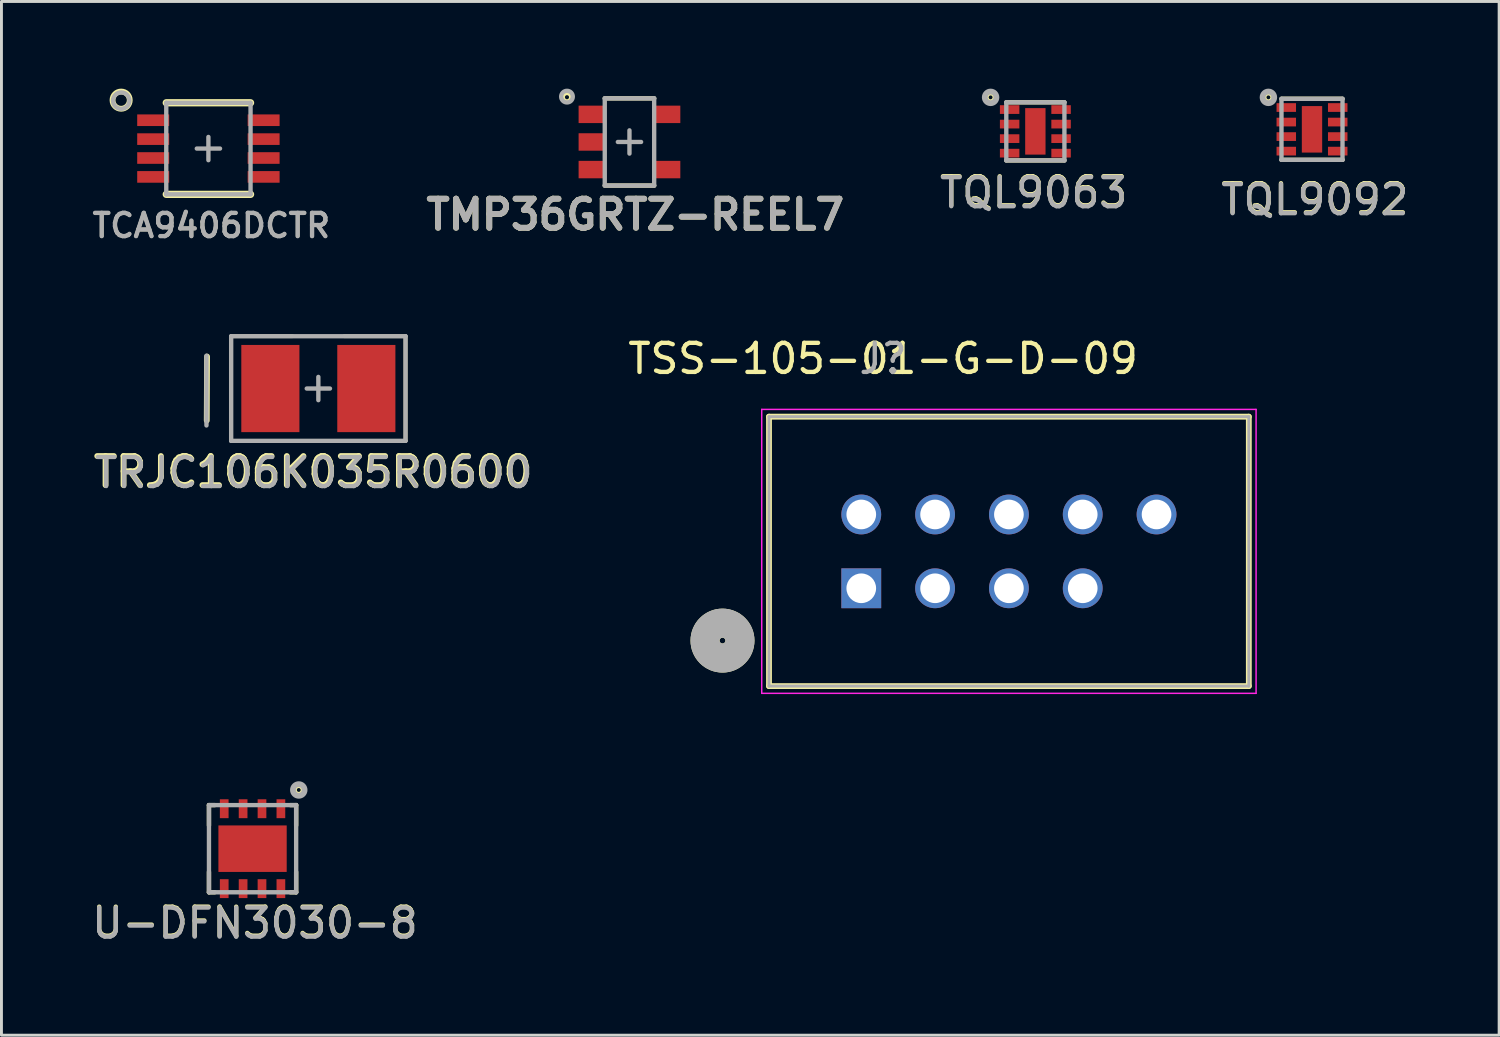
<source format=kicad_pcb>
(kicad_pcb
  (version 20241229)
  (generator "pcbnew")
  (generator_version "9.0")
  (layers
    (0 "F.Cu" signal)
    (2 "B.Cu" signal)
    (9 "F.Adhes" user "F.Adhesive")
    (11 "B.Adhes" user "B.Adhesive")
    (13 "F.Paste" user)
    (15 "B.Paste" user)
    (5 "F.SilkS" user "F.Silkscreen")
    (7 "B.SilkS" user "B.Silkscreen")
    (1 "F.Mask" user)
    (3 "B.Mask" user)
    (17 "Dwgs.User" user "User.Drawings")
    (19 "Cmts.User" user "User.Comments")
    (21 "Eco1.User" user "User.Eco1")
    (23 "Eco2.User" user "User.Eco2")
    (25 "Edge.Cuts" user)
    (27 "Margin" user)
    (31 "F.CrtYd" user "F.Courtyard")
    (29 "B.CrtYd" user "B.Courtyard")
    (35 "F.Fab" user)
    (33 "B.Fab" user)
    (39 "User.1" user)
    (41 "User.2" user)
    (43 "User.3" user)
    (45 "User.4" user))
  (footprint "TQL9092"
    (layer "F.Cu")
    (at 42.094 1.4)
    (property "Reference" "TQL9092" (at 0.1 2.4 0) (layer "F.SilkS") (effects (font (size 1 1) (thickness 0.15))))
    (attr smd)
    (fp_line (start -1.05 -1.05) (end 1.05 -1.05) (stroke (width 0.15) (type solid)) (layer "F.SilkS"))
    (fp_line (start -1.05 1.05) (end 1.05 1.05) (stroke (width 0.15) (type solid)) (layer "F.SilkS"))
    (fp_circle (center -1.5 -1.1) (end -1.6 -1.2) (stroke (width 0.15) (type solid)) (fill no) (layer "F.SilkS"))
    (fp_line (start -1.05 -1.05) (end -1.05 1.05) (stroke (width 0.15) (type solid)) (layer "F.Fab"))
    (fp_line (start -1.05 -1.05) (end 1.05 -1.05) (stroke (width 0.15) (type solid)) (layer "F.Fab"))
    (fp_line (start -1.05 1.05) (end 1.05 1.05) (stroke (width 0.15) (type solid)) (layer "F.Fab"))
    (fp_line (start 1.05 -1.05) (end 1.05 1.05) (stroke (width 0.15) (type solid)) (layer "F.Fab"))
    (fp_circle (center -1.5 -1.1) (end -1.5 -1.3) (stroke (width 0.2) (type solid)) (fill no) (layer "F.Fab"))
    (fp_text user "${REFERENCE}" (at 0.1 2.43 0) (layer "F.Fab") (effects (font (size 1 1) (thickness 0.15))))
    (pad "1" smd rect (at -0.885 -0.75) (size 0.67 0.3) (layers "F.Cu" "F.Mask" "F.Paste"))
    (pad "2" smd rect (at -0.885 -0.25) (size 0.67 0.3) (layers "F.Cu" "F.Mask" "F.Paste"))
    (pad "3" smd rect (at -0.885 0.25) (size 0.67 0.3) (layers "F.Cu" "F.Mask" "F.Paste"))
    (pad "4" smd rect (at -0.885 0.75) (size 0.67 0.3) (layers "F.Cu" "F.Mask" "F.Paste"))
    (pad "5" smd rect (at 0.885 0.75) (size 0.67 0.3) (layers "F.Cu" "F.Mask" "F.Paste"))
    (pad "6" smd rect (at 0.885 0.25) (size 0.67 0.3) (layers "F.Cu" "F.Mask" "F.Paste"))
    (pad "7" smd rect (at 0.885 -0.25) (size 0.67 0.3) (layers "F.Cu" "F.Mask" "F.Paste"))
    (pad "8" smd rect (at 0.885 -0.75) (size 0.67 0.3) (layers "F.Cu" "F.Mask" "F.Paste"))
    (pad "GND" smd rect (at 0 0) (size 0.7 1.6) (layers "F.Cu" "F.Mask" "F.Paste")))
  (footprint "TCA9406DCTR"
    (layer "F.Cu")
    (at 4.121 2.062)
    (property "Reference" "TCA9406DCTR" (at 0.1 2.65 0) (layer "F.SilkS") (effects (font (size 0.8 0.8) (thickness 0.125))))
    (attr smd)
    (fp_line (start -1.45 -1.575) (end 1.45 -1.575) (stroke (width 0.25) (type solid)) (layer "F.SilkS"))
    (fp_line (start -1.45 1.575) (end 1.45 1.575) (stroke (width 0.25) (type solid)) (layer "F.SilkS"))
    (fp_circle (center -3.003 -1.666) (end -2.8 -1.45) (stroke (width 0.2) (type solid)) (fill no) (layer "F.SilkS"))
    (fp_line (start -1.45 -1.575) (end 1.45 -1.575) (stroke (width 0.15) (type solid)) (layer "F.Fab"))
    (fp_line (start -1.45 1.575) (end -1.45 -1.575) (stroke (width 0.15) (type solid)) (layer "F.Fab"))
    (fp_line (start -1.45 1.575) (end 1.45 1.575) (stroke (width 0.15) (type solid)) (layer "F.Fab"))
    (fp_line (start -0.4 0) (end 0.4 0) (stroke (width 0.15) (type solid)) (layer "F.Fab"))
    (fp_line (start 0 -0.4) (end 0 0.4) (stroke (width 0.15) (type solid)) (layer "F.Fab"))
    (fp_line (start 1.45 -1.575) (end 1.45 1.575) (stroke (width 0.15) (type solid)) (layer "F.Fab"))
    (fp_circle (center -3 -1.65) (end -2.8 -1.45) (stroke (width 0.15) (type solid)) (fill no) (layer "F.Fab"))
    (fp_text user "${REFERENCE}" (at 0.1 2.65 0) (layer "F.Fab") (effects (font (size 0.8 0.8) (thickness 0.15))))
    (pad "1" smd rect (at -1.9 -0.975) (size 1.1 0.4) (layers "F.Cu" "F.Mask" "F.Paste"))
    (pad "2" smd rect (at -1.9 -0.325) (size 1.1 0.4) (layers "F.Cu" "F.Mask" "F.Paste"))
    (pad "3" smd rect (at -1.9 0.325) (size 1.1 0.4) (layers "F.Cu" "F.Mask" "F.Paste"))
    (pad "4" smd rect (at -1.9 0.975) (size 1.1 0.4) (layers "F.Cu" "F.Mask" "F.Paste"))
    (pad "5" smd rect (at 1.9 0.975) (size 1.1 0.4) (layers "F.Cu" "F.Mask" "F.Paste"))
    (pad "6" smd rect (at 1.9 0.325) (size 1.1 0.4) (layers "F.Cu" "F.Mask" "F.Paste"))
    (pad "7" smd rect (at 1.9 -0.325) (size 1.1 0.4) (layers "F.Cu" "F.Mask" "F.Paste"))
    (pad "8" smd rect (at 1.9 -0.975) (size 1.1 0.4) (layers "F.Cu" "F.Mask" "F.Paste")))
  (footprint "TQL9063"
    (layer "F.Cu")
    (at 32.575 1.47)
    (property "Reference" "TQL9063" (at -0.06 2.09 0) (layer "F.SilkS") (effects (font (size 1 1) (thickness 0.15))))
    (attr smd)
    (fp_line (start -1 -1) (end 1 -1) (stroke (width 0.15) (type solid)) (layer "F.SilkS"))
    (fp_line (start -1 1) (end 1 1) (stroke (width 0.15) (type solid)) (layer "F.SilkS"))
    (fp_circle (center -1.54 -1.17) (end -1.64 -1.27) (stroke (width 0.15) (type solid)) (fill no) (layer "F.SilkS"))
    (fp_line (start -1 -1) (end -1 1) (stroke (width 0.15) (type solid)) (layer "F.Fab"))
    (fp_line (start -1 -1) (end 1 -1) (stroke (width 0.15) (type solid)) (layer "F.Fab"))
    (fp_line (start -1 1) (end 1 1) (stroke (width 0.15) (type solid)) (layer "F.Fab"))
    (fp_line (start 1 -1) (end 1 1) (stroke (width 0.15) (type solid)) (layer "F.Fab"))
    (fp_circle (center -1.54 -1.17) (end -1.54 -1.37) (stroke (width 0.2) (type solid)) (fill no) (layer "F.Fab"))
    (fp_text user "${REFERENCE}" (at -0.06 2.12 0) (layer "F.Fab") (effects (font (size 1 1) (thickness 0.15))))
    (pad "1" smd rect (at -0.885 -0.75) (size 0.67 0.3) (layers "F.Cu" "F.Mask" "F.Paste"))
    (pad "2" smd rect (at -0.885 -0.25) (size 0.67 0.3) (layers "F.Cu" "F.Mask" "F.Paste"))
    (pad "3" smd rect (at -0.885 0.25) (size 0.67 0.3) (layers "F.Cu" "F.Mask" "F.Paste"))
    (pad "4" smd rect (at -0.885 0.75) (size 0.67 0.3) (layers "F.Cu" "F.Mask" "F.Paste"))
    (pad "5" smd rect (at 0.885 0.75) (size 0.67 0.3) (layers "F.Cu" "F.Mask" "F.Paste"))
    (pad "6" smd rect (at 0.885 0.25) (size 0.67 0.3) (layers "F.Cu" "F.Mask" "F.Paste"))
    (pad "7" smd rect (at 0.885 -0.25) (size 0.67 0.3) (layers "F.Cu" "F.Mask" "F.Paste"))
    (pad "8" smd rect (at 0.885 -0.75) (size 0.67 0.3) (layers "F.Cu" "F.Mask" "F.Paste"))
    (pad "9" smd rect (at 0 0) (size 0.7 1.6) (layers "F.Cu" "F.Mask" "F.Paste")))
  (footprint "TMP36GRTZ-REEL7"
    (layer "F.Cu")
    (at 18.609 1.835)
    (property "Reference" "TMP36GRTZ-REEL7" (at 0.2 2.5 0) (layer "F.SilkS") (effects (font (size 1 1) (thickness 0.2))))
    (attr through_hole)
    (fp_line (start -0.85 -1.5) (end 0.85 -1.5) (stroke (width 0.15) (type solid)) (layer "F.SilkS"))
    (fp_line (start -0.85 1.5) (end 0.85 1.5) (stroke (width 0.15) (type solid)) (layer "F.SilkS"))
    (fp_circle (center -2.15 -1.54) (end -2.043 -1.44) (stroke (width 0.152) (type solid)) (fill no) (layer "F.SilkS"))
    (fp_line (start -0.85 -1.5) (end -0.85 1.5) (stroke (width 0.15) (type solid)) (layer "F.Fab"))
    (fp_line (start -0.85 -1.5) (end 0.85 -1.5) (stroke (width 0.15) (type solid)) (layer "F.Fab"))
    (fp_line (start -0.85 1.5) (end 0.85 1.5) (stroke (width 0.15) (type solid)) (layer "F.Fab"))
    (fp_line (start -0.4 0) (end 0.4 0) (stroke (width 0.15) (type solid)) (layer "F.Fab"))
    (fp_line (start 0 -0.4) (end 0 0.4) (stroke (width 0.15) (type solid)) (layer "F.Fab"))
    (fp_line (start 0.85 -1.5) (end 0.85 1.5) (stroke (width 0.15) (type solid)) (layer "F.Fab"))
    (fp_circle (center -2.15 -1.56) (end -1.95 -1.56) (stroke (width 0.15) (type solid)) (fill no) (layer "F.Fab"))
    (fp_text user "${REFERENCE}" (at 0.2 2.5 0) (layer "F.Fab") (effects (font (size 1 1) (thickness 0.2))))
    (pad "1" smd rect (at -1.3 -0.95) (size 0.9 0.6) (layers "F.Cu" "F.Mask" "F.Paste"))
    (pad "2" smd rect (at -1.3 0) (size 0.9 0.6) (layers "F.Cu" "F.Mask" "F.Paste"))
    (pad "3" smd rect (at -1.3 0.95) (size 0.9 0.6) (layers "F.Cu" "F.Mask" "F.Paste"))
    (pad "4" smd rect (at 1.3 0.95) (size 0.9 0.6) (layers "F.Cu" "F.Mask" "F.Paste"))
    (pad "5" smd rect (at 1.3 -0.95) (size 0.9 0.6) (layers "F.Cu" "F.Mask" "F.Paste")))
  (footprint "TRJC106K035R0600"
    (layer "F.Cu")
    (at 7.904 10.319)
    (property "Reference" "TRJC106K035R0600" (at -0.18 2.87 0) (layer "F.SilkS") (effects (font (size 1 1) (thickness 0.2))))
    (attr smd)
    (fp_line (start -3.84 1.1) (end -3.83 -1.1) (stroke (width 0.2) (type solid)) (layer "F.SilkS"))
    (fp_line (start -3 -1.8) (end -3 1.8) (stroke (width 0.127) (type solid)) (layer "F.SilkS"))
    (fp_line (start -3 1.8) (end -0.889 1.8) (stroke (width 0.127) (type solid)) (layer "F.SilkS"))
    (fp_line (start -0.889 -1.8) (end -3 -1.8) (stroke (width 0.127) (type solid)) (layer "F.SilkS"))
    (fp_line (start 0.889 -1.8) (end 3 -1.8) (stroke (width 0.127) (type solid)) (layer "F.SilkS"))
    (fp_line (start 3 -1.8) (end 3 1.8) (stroke (width 0.127) (type solid)) (layer "F.SilkS"))
    (fp_line (start 3 1.8) (end 0.889 1.8) (stroke (width 0.127) (type solid)) (layer "F.SilkS"))
    (fp_line (start -3.85 -1.13) (end -3.85 1.27) (stroke (width 0.15) (type solid)) (layer "F.Fab"))
    (fp_line (start -3 -1.8) (end 3 -1.8) (stroke (width 0.15) (type solid)) (layer "F.Fab"))
    (fp_line (start -3 1.8) (end -3 -1.8) (stroke (width 0.15) (type solid)) (layer "F.Fab"))
    (fp_line (start -0.4 0) (end 0.4 0) (stroke (width 0.15) (type solid)) (layer "F.Fab"))
    (fp_line (start 0 -0.4) (end 0 0.4) (stroke (width 0.15) (type solid)) (layer "F.Fab"))
    (fp_line (start 3 -1.8) (end 3 1.8) (stroke (width 0.15) (type solid)) (layer "F.Fab"))
    (fp_line (start 3 1.8) (end -3 1.8) (stroke (width 0.15) (type solid)) (layer "F.Fab"))
    (fp_text user "${REFERENCE}" (at -0.16 2.9 0) (layer "F.Fab") (effects (font (size 1 1) (thickness 0.15))))
    (pad "1" smd rect (at -1.651 0) (size 2 3) (layers "F.Cu" "F.Mask" "F.Paste"))
    (pad "2" smd rect (at 1.651 0) (size 2 3) (layers "F.Cu" "F.Mask" "F.Paste")))
  (footprint "TSS-105-01-G-D-09"
    (layer "F.Cu")
    (at 26.585 17.192)
    (property "Reference" "TSS-105-01-G-D-09" (at 0.75 -7.9 0) (layer "F.SilkS") (effects (font (size 1 1) (thickness 0.15))))
    (attr through_hole)
    (fp_line (start -3.175 3.365) (end -3.175 -5.905) (stroke (width 0.2) (type solid)) (layer "F.SilkS"))
    (fp_line (start 13.335 -5.905) (end -3.175 -5.905) (stroke (width 0.2) (type solid)) (layer "F.SilkS"))
    (fp_line (start 13.335 -5.905) (end 13.335 3.365) (stroke (width 0.2) (type solid)) (layer "F.SilkS"))
    (fp_line (start 13.335 3.365) (end -3.175 3.365) (stroke (width 0.2) (type solid)) (layer "F.SilkS"))
    (fp_circle (center -4.775 1.8) (end -4.675 1.8) (stroke (width 1) (type solid)) (fill no) (layer "F.SilkS"))
    (fp_line (start -3.425 -6.155) (end 13.585 -6.155) (stroke (width 0.05) (type solid)) (layer "F.CrtYd"))
    (fp_line (start -3.425 3.615) (end -3.425 -6.155) (stroke (width 0.05) (type solid)) (layer "F.CrtYd"))
    (fp_line (start 13.585 -6.155) (end 13.585 3.615) (stroke (width 0.05) (type solid)) (layer "F.CrtYd"))
    (fp_line (start 13.585 3.615) (end -3.425 3.615) (stroke (width 0.05) (type solid)) (layer "F.CrtYd"))
    (fp_line (start -3.175 -5.905) (end 13.335 -5.905) (stroke (width 0.1) (type solid)) (layer "F.Fab"))
    (fp_line (start -3.175 3.365) (end -3.175 -5.905) (stroke (width 0.1) (type solid)) (layer "F.Fab"))
    (fp_line (start 13.335 -5.905) (end 13.335 3.365) (stroke (width 0.1) (type solid)) (layer "F.Fab"))
    (fp_line (start 13.335 3.365) (end -3.175 3.365) (stroke (width 0.1) (type solid)) (layer "F.Fab"))
    (fp_circle (center -4.775 1.8) (end -4.675 1.8) (stroke (width 1) (type solid)) (fill no) (layer "F.Fab"))
    (fp_text user "J?" (at 0.75 -7.9 0) (layer "F.Fab") (effects (font (size 1 1) (thickness 0.15))))
    (pad "1" thru_hole rect (at 0 0) (size 1.37 1.37) (drill 1.02) (layers "*.Cu" "*.Mask"))
    (pad "2" thru_hole circle (at 0 -2.54) (size 1.37 1.37) (drill 1.02) (layers "*.Cu" "*.Mask"))
    (pad "3" thru_hole circle (at 2.54 0) (size 1.37 1.37) (drill 1.02) (layers "*.Cu" "*.Mask"))
    (pad "4" thru_hole circle (at 2.54 -2.54) (size 1.37 1.37) (drill 1.02) (layers "*.Cu" "*.Mask"))
    (pad "5" thru_hole circle (at 5.08 0) (size 1.37 1.37) (drill 1.02) (layers "*.Cu" "*.Mask"))
    (pad "6" thru_hole circle (at 5.08 -2.54) (size 1.37 1.37) (drill 1.02) (layers "*.Cu" "*.Mask"))
    (pad "7" thru_hole circle (at 7.62 0) (size 1.37 1.37) (drill 1.02) (layers "*.Cu" "*.Mask"))
    (pad "8" thru_hole circle (at 7.62 -2.54) (size 1.37 1.37) (drill 1.02) (layers "*.Cu" "*.Mask"))
    (pad "10" thru_hole circle (at 10.16 -2.54) (size 1.37 1.37) (drill 1.02) (layers "*.Cu" "*.Mask")))
  (footprint "U-DFN3030-8"
    (layer "F.Cu")
    (at 5.64 26.152)
    (property "Reference" "U-DFN3030-8" (at 0.08 2.54 0) (layer "F.SilkS") (effects (font (size 1 1) (thickness 0.15))))
    (attr smd)
    (fp_line (start -1.5 -1.5) (end -1.3 -1.5) (stroke (width 0.15) (type solid)) (layer "F.SilkS"))
    (fp_line (start -1.5 -0.8) (end -1.5 -1.5) (stroke (width 0.15) (type solid)) (layer "F.SilkS"))
    (fp_line (start -1.5 1.5) (end -1.5 0.8) (stroke (width 0.15) (type solid)) (layer "F.SilkS"))
    (fp_line (start -1.5 1.5) (end -1.3 1.5) (stroke (width 0.15) (type solid)) (layer "F.SilkS"))
    (fp_line (start 1.3 -1.5) (end 1.5 -1.5) (stroke (width 0.15) (type solid)) (layer "F.SilkS"))
    (fp_line (start 1.3 1.5) (end 1.5 1.5) (stroke (width 0.15) (type solid)) (layer "F.SilkS"))
    (fp_line (start 1.5 -0.8) (end 1.5 -1.5) (stroke (width 0.15) (type solid)) (layer "F.SilkS"))
    (fp_line (start 1.5 1.5) (end 1.5 0.8) (stroke (width 0.15) (type solid)) (layer "F.SilkS"))
    (fp_circle (center 1.59 -2.02) (end 1.49 -2.12) (stroke (width 0.15) (type solid)) (fill no) (layer "F.SilkS"))
    (fp_line (start -1.5 -1.5) (end 1.5 -1.5) (stroke (width 0.15) (type solid)) (layer "F.Fab"))
    (fp_line (start -1.5 1.5) (end -1.5 -1.5) (stroke (width 0.15) (type solid)) (layer "F.Fab"))
    (fp_line (start -1.5 1.5) (end 1.5 1.5) (stroke (width 0.15) (type solid)) (layer "F.Fab"))
    (fp_line (start 1.5 1.5) (end 1.5 -1.5) (stroke (width 0.15) (type solid)) (layer "F.Fab"))
    (fp_circle (center 1.59 -2.02) (end 1.59 -2.22) (stroke (width 0.2) (type solid)) (fill no) (layer "F.Fab"))
    (fp_text user "${REFERENCE}" (at 0.08 2.57 0) (layer "F.Fab") (effects (font (size 1 1) (thickness 0.15))))
    (pad "1" smd rect (at 0.975 -1.375) (size 0.3 0.65) (layers "F.Cu" "F.Mask" "F.Paste"))
    (pad "2" smd rect (at 0.325 -1.375) (size 0.3 0.65) (layers "F.Cu" "F.Mask" "F.Paste"))
    (pad "3" smd rect (at -0.325 -1.375) (size 0.3 0.65) (layers "F.Cu" "F.Mask" "F.Paste"))
    (pad "4" smd rect (at -0.975 -1.375) (size 0.3 0.65) (layers "F.Cu" "F.Mask" "F.Paste"))
    (pad "5" smd rect (at -0.975 1.375) (size 0.3 0.65) (layers "F.Cu" "F.Mask" "F.Paste"))
    (pad "6" smd rect (at -0.325 1.375) (size 0.3 0.65) (layers "F.Cu" "F.Mask" "F.Paste"))
    (pad "7" smd rect (at 0.325 1.375) (size 0.3 0.65) (layers "F.Cu" "F.Mask" "F.Paste"))
    (pad "8" smd rect (at 0.975 1.375) (size 0.3 0.65) (layers "F.Cu" "F.Mask" "F.Paste"))
    (pad "9" smd rect (at 0 0) (size 2.35 1.6) (layers "F.Cu" "F.Mask" "F.Paste")))
  (gr_rect
    (start -3 -3)
    (end 48.533 32.57)
    (stroke (width 0.1) (type default))
    (fill no)
    (layer "Edge.Cuts")))
</source>
